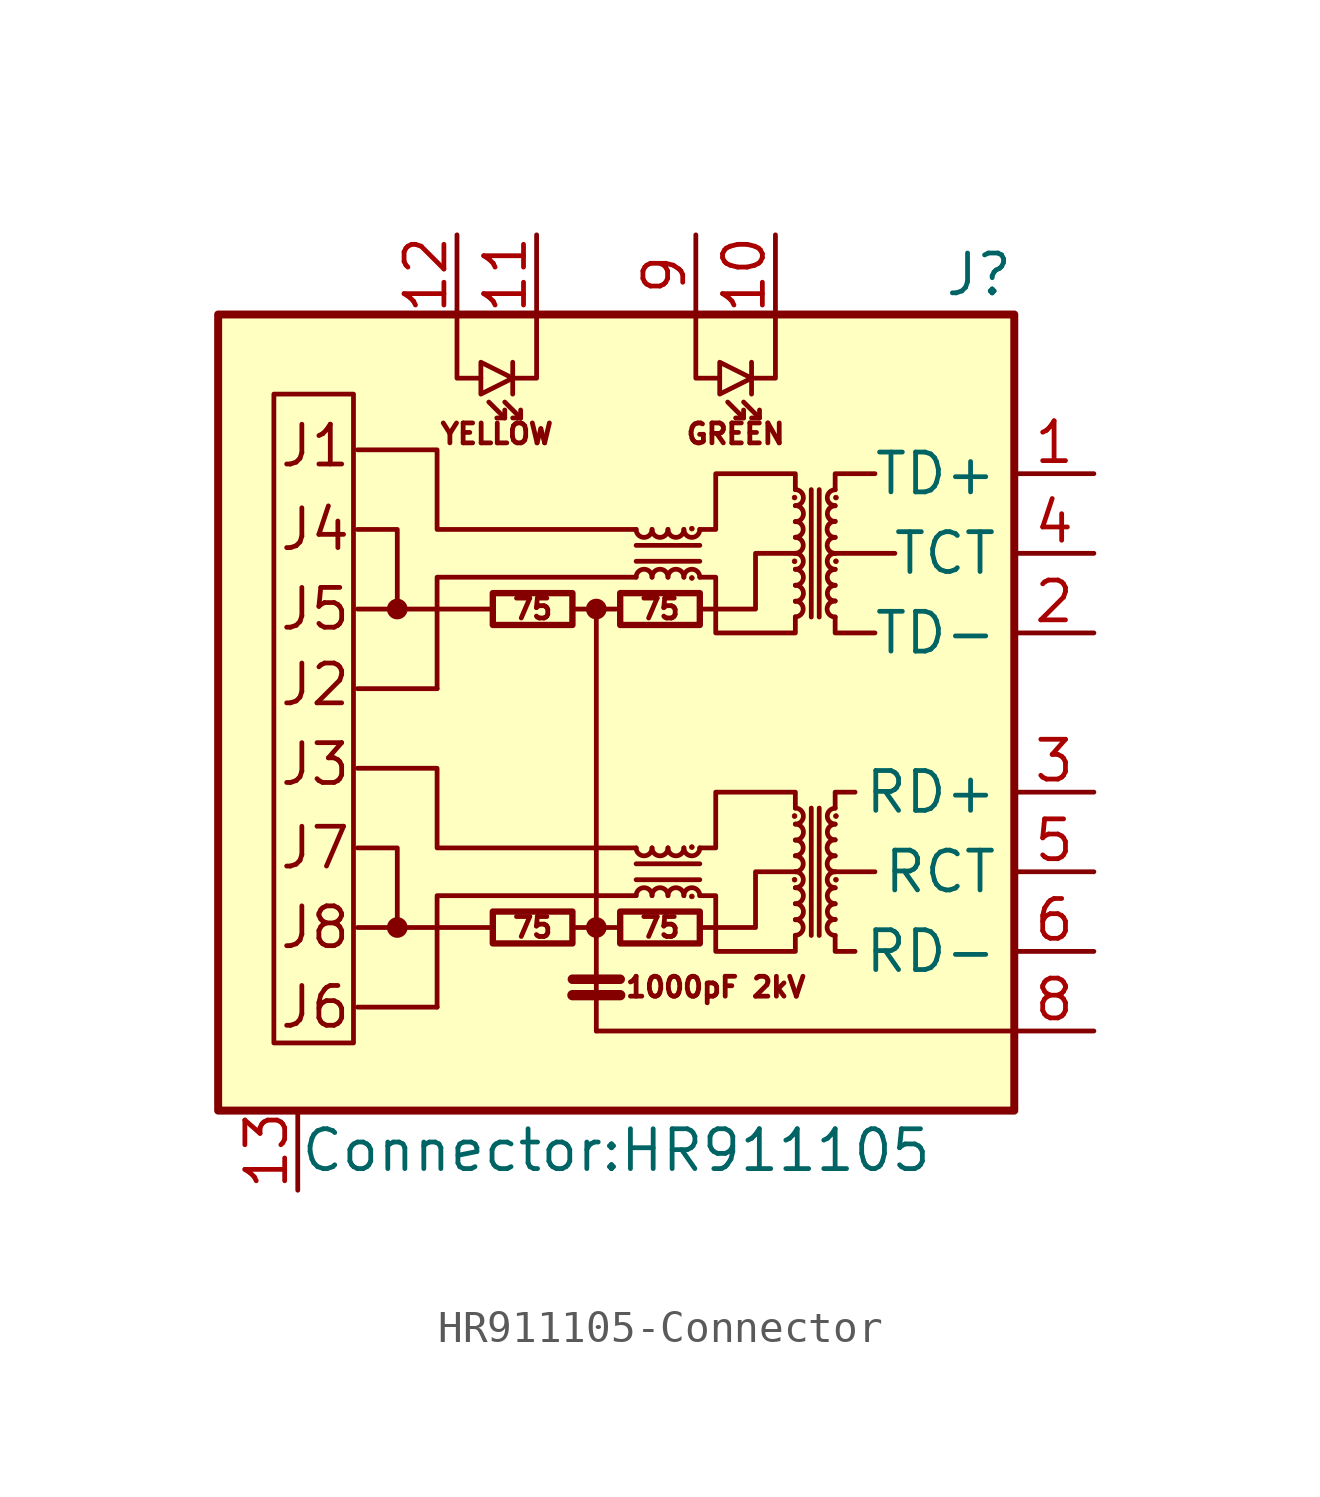
<source format=kicad_sym>
(kicad_symbol_lib
  (version 20231120)
  (generator "kicad_symbol_editor")
  (generator_version "8.0")
  (symbol "HR911105-Connector"
    (property "Reference" "J"
      (at 12.7 13.97 0)
      (effects (font (size 1.27 1.27)) (justify right)))
    (property "Value" "Connector:HR911105"
      (at 0 -13.97 0)
      (effects (font (size 1.27 1.27))))
    (symbol "HR911105-Connector_0_0"
      (rectangle (start -12.7 12.7) (end 12.7 -12.7) (stroke (width 0.254) (type solid)) (fill (type background)))
      (polyline (pts (xy -3.937 -6.858) (xy -8.255 -6.858)) (stroke (width 0) (type solid)) (fill (type none)))
      (polyline (pts (xy -3.937 3.302) (xy -8.255 3.302)) (stroke (width 0) (type solid)) (fill (type none)))
      (polyline (pts (xy -0.635 -10.16) (xy 12.7 -10.16)) (stroke (width 0) (type solid)) (fill (type none)))
      (polyline (pts (xy 8.255 -5.08) (xy 6.985 -5.08)) (stroke (width 0) (type solid)) (fill (type none)))
      (polyline (pts (xy 8.89 5.08) (xy 6.985 5.08)) (stroke (width 0) (type solid)) (fill (type none)))
      (polyline (pts (xy 0.635 -4.318) (xy -5.715 -4.318) (xy -5.715 -1.778) (xy -8.255 -1.778)) (stroke (width 0) (type solid)) (fill (type none)))
      (polyline (pts (xy 0.635 5.842) (xy -5.715 5.842) (xy -5.715 8.382) (xy -8.255 8.382)) (stroke (width 0) (type solid)) (fill (type none)))
      (polyline (pts (xy 2.667 -6.858) (xy 4.445 -6.858) (xy 4.445 -5.08) (xy 5.715 -5.08)) (stroke (width 0) (type solid)) (fill (type none)))
      (polyline (pts (xy 2.667 3.302) (xy 4.445 3.302) (xy 4.445 5.08) (xy 5.715 5.08)) (stroke (width 0) (type solid)) (fill (type none)))
      (text "1000pF 2kV" (at 3.175 -8.763 0) (effects (font (size 0.635 0.635))))
      (text "75" (at -2.667 -6.858 0) (effects (font (size 0.635 0.635))))
      (text "75" (at -2.667 3.302 0) (effects (font (size 0.635 0.635))))
      (text "75" (at 1.397 -6.858 0) (effects (font (size 0.635 0.635))))
      (text "75" (at 1.397 3.302 0) (effects (font (size 0.635 0.635))))
      (text "GREEN" (at 3.81 8.89 0) (effects (font (size 0.635 0.635))))
      (text "J1" (at -10.795 8.509 0) (effects (font (size 1.27 1.27)) (justify left)))
      (text "J2" (at -10.795 0.889 0) (effects (font (size 1.27 1.27)) (justify left)))
      (text "J3" (at -10.795 -1.651 0) (effects (font (size 1.27 1.27)) (justify left)))
      (text "J4" (at -10.795 5.842 0) (effects (font (size 1.27 1.27)) (justify left)))
      (text "J5" (at -10.795 3.302 0) (effects (font (size 1.27 1.27)) (justify left)))
      (text "J6" (at -10.795 -9.398 0) (effects (font (size 1.27 1.27)) (justify left)))
      (text "J7" (at -10.795 -4.318 0) (effects (font (size 1.27 1.27)) (justify left)))
      (text "J8" (at -10.795 -6.858 0) (effects (font (size 1.27 1.27)) (justify left)))
      (text "YELLOW" (at -3.81 8.89 0) (effects (font (size 0.635 0.635)))))
    (symbol "HR911105-Connector_0_1"
      (rectangle (start -8.382 -10.541) (end -10.922 10.16) (stroke (width 0) (type solid)) (fill (type none)))
      (circle (center -6.985 -6.858) (radius 0.254) (stroke (width 0) (type solid)) (fill (type outline)))
      (circle (center -6.985 3.302) (radius 0.254) (stroke (width 0) (type solid)) (fill (type outline)))
      (rectangle (start -3.937 -7.366) (end -1.397 -6.35) (stroke (width 0.203) (type solid)) (fill (type none)))
      (rectangle (start -3.937 2.794) (end -1.397 3.81) (stroke (width 0.203) (type solid)) (fill (type none)))
      (circle (center -0.635 -6.858) (radius 0.254) (stroke (width 0) (type solid)) (fill (type outline)))
      (circle (center -0.635 3.302) (radius 0.254) (stroke (width 0) (type solid)) (fill (type outline)))
      (polyline (pts (xy -5.715 -9.398) (xy -8.255 -9.398)) (stroke (width 0) (type solid)) (fill (type none)))
      (polyline (pts (xy -5.715 0.762) (xy -8.255 0.762)) (stroke (width 0) (type solid)) (fill (type none)))
      (polyline (pts (xy -3.556 9.398) (xy -4.064 9.906)) (stroke (width 0) (type solid)) (fill (type none)))
      (polyline (pts (xy -3.302 11.176) (xy -3.302 10.16)) (stroke (width 0) (type solid)) (fill (type none)))
      (polyline (pts (xy -3.048 9.398) (xy -3.556 9.906)) (stroke (width 0) (type solid)) (fill (type none)))
      (polyline (pts (xy -1.397 -9.017) (xy 0.127 -9.017)) (stroke (width 0.33) (type solid)) (fill (type none)))
      (polyline (pts (xy -1.397 -8.509) (xy 0.127 -8.509)) (stroke (width 0.305) (type solid)) (fill (type none)))
      (polyline (pts (xy -0.635 3.302) (xy -1.397 3.302)) (stroke (width 0) (type solid)) (fill (type none)))
      (polyline (pts (xy 0.127 -6.858) (xy -1.397 -6.858)) (stroke (width 0) (type solid)) (fill (type none)))
      (polyline (pts (xy 0.635 -5.334) (xy 2.667 -5.334)) (stroke (width 0) (type solid)) (fill (type none)))
      (polyline (pts (xy 0.635 4.826) (xy 2.667 4.826)) (stroke (width 0) (type solid)) (fill (type none)))
      (polyline (pts (xy 2.667 -4.826) (xy 0.635 -4.826)) (stroke (width 0) (type solid)) (fill (type none)))
      (polyline (pts (xy 2.667 5.334) (xy 0.635 5.334)) (stroke (width 0) (type solid)) (fill (type none)))
      (polyline (pts (xy 4.064 9.398) (xy 3.556 9.906)) (stroke (width 0) (type solid)) (fill (type none)))
      (polyline (pts (xy 4.318 11.176) (xy 4.318 10.16)) (stroke (width 0) (type solid)) (fill (type none)))
      (polyline (pts (xy 4.572 9.398) (xy 4.064 9.906)) (stroke (width 0) (type solid)) (fill (type none)))
      (polyline (pts (xy 6.223 -3.048) (xy 6.223 -7.112)) (stroke (width 0) (type solid)) (fill (type none)))
      (polyline (pts (xy 6.223 7.112) (xy 6.223 3.048)) (stroke (width 0) (type solid)) (fill (type none)))
      (polyline (pts (xy 6.477 -7.112) (xy 6.477 -3.048)) (stroke (width 0) (type solid)) (fill (type none)))
      (polyline (pts (xy 6.477 3.048) (xy 6.477 7.112)) (stroke (width 0) (type solid)) (fill (type none)))
      (polyline (pts (xy -6.985 -6.858) (xy -6.985 -4.318) (xy -8.255 -4.318)) (stroke (width 0) (type solid)) (fill (type none)))
      (polyline (pts (xy -6.985 3.302) (xy -6.985 5.842) (xy -8.255 5.842)) (stroke (width 0) (type solid)) (fill (type none)))
      (polyline (pts (xy -5.08 12.7) (xy -5.08 10.668) (xy -4.318 10.668)) (stroke (width 0) (type solid)) (fill (type none)))
      (polyline (pts (xy -3.556 9.652) (xy -3.556 9.398) (xy -3.81 9.398)) (stroke (width 0) (type solid)) (fill (type none)))
      (polyline (pts (xy -3.048 9.652) (xy -3.048 9.398) (xy -3.302 9.398)) (stroke (width 0) (type solid)) (fill (type none)))
      (polyline (pts (xy -2.54 12.7) (xy -2.54 10.668) (xy -3.302 10.668)) (stroke (width 0) (type solid)) (fill (type none)))
      (polyline (pts (xy -0.635 -10.16) (xy -0.635 3.302) (xy 0 3.302)) (stroke (width 0) (type solid)) (fill (type none)))
      (polyline (pts (xy 0.635 -5.842) (xy -5.715 -5.842) (xy -5.715 -9.398)) (stroke (width 0) (type solid)) (fill (type none)))
      (polyline (pts (xy 0.635 4.318) (xy -5.715 4.318) (xy -5.715 0.762)) (stroke (width 0) (type solid)) (fill (type none)))
      (polyline (pts (xy 2.54 12.7) (xy 2.54 10.668) (xy 3.302 10.668)) (stroke (width 0) (type solid)) (fill (type none)))
      (polyline (pts (xy 4.064 9.652) (xy 4.064 9.398) (xy 3.81 9.398)) (stroke (width 0) (type solid)) (fill (type none)))
      (polyline (pts (xy 4.572 9.652) (xy 4.572 9.398) (xy 4.318 9.398)) (stroke (width 0) (type solid)) (fill (type none)))
      (polyline (pts (xy 5.08 12.7) (xy 5.08 10.668) (xy 4.318 10.668)) (stroke (width 0) (type solid)) (fill (type none)))
      (polyline (pts (xy 6.985 -7.112) (xy 6.985 -7.62) (xy 7.62 -7.62)) (stroke (width 0) (type solid)) (fill (type none)))
      (polyline (pts (xy 6.985 -3.048) (xy 6.985 -2.54) (xy 7.62 -2.54)) (stroke (width 0) (type solid)) (fill (type none)))
      (polyline (pts (xy 6.985 3.048) (xy 6.985 2.54) (xy 8.255 2.54)) (stroke (width 0) (type solid)) (fill (type none)))
      (polyline (pts (xy 6.985 7.112) (xy 6.985 7.62) (xy 8.255 7.62)) (stroke (width 0) (type solid)) (fill (type none)))
      (polyline (pts (xy -3.302 10.668) (xy -4.318 11.176) (xy -4.318 10.16) (xy -3.302 10.668)) (stroke (width 0) (type solid)) (fill (type none)))
      (polyline (pts (xy 4.318 10.668) (xy 3.302 11.176) (xy 3.302 10.16) (xy 4.318 10.668)) (stroke (width 0) (type solid)) (fill (type none)))
      (polyline (pts (xy 2.667 -4.318) (xy 3.175 -4.318) (xy 3.175 -2.54) (xy 5.715 -2.54) (xy 5.715 -3.048)) (stroke (width 0) (type solid)) (fill (type none)))
      (polyline (pts (xy 2.667 5.842) (xy 3.175 5.842) (xy 3.175 7.62) (xy 5.715 7.62) (xy 5.715 7.112)) (stroke (width 0) (type solid)) (fill (type none)))
      (polyline (pts (xy 5.715 -7.112) (xy 5.715 -7.62) (xy 3.175 -7.62) (xy 3.175 -5.842) (xy 2.667 -5.842)) (stroke (width 0) (type solid)) (fill (type none)))
      (polyline (pts (xy 5.715 3.048) (xy 5.715 2.54) (xy 3.175 2.54) (xy 3.175 4.318) (xy 2.667 4.318)) (stroke (width 0) (type solid)) (fill (type none)))
      (rectangle (start 0.127 -7.366) (end 2.667 -6.35) (stroke (width 0.203) (type solid)) (fill (type none)))
      (rectangle (start 0.127 2.794) (end 2.667 3.81) (stroke (width 0.203) (type solid)) (fill (type none)))
      (arc (start 0.635 -4.318) (mid 0.889 -4.572) (end 1.143 -4.318) (stroke (width 0) (type solid)) (fill (type none)))
      (arc (start 0.635 5.842) (mid 0.889 5.588) (end 1.143 5.842) (stroke (width 0) (type solid)) (fill (type none)))
      (arc (start 1.143 -5.842) (mid 0.889 -5.588) (end 0.635 -5.842) (stroke (width 0) (type solid)) (fill (type none)))
      (arc (start 1.143 -4.318) (mid 1.397 -4.572) (end 1.651 -4.318) (stroke (width 0) (type solid)) (fill (type none)))
      (arc (start 1.143 4.318) (mid 0.889 4.572) (end 0.635 4.318) (stroke (width 0) (type solid)) (fill (type none)))
      (arc (start 1.143 5.842) (mid 1.397 5.588) (end 1.651 5.842) (stroke (width 0) (type solid)) (fill (type none)))
      (arc (start 1.651 -5.842) (mid 1.397 -5.588) (end 1.143 -5.842) (stroke (width 0) (type solid)) (fill (type none)))
      (arc (start 1.651 -4.318) (mid 1.905 -4.572) (end 2.159 -4.318) (stroke (width 0) (type solid)) (fill (type none)))
      (arc (start 1.651 4.318) (mid 1.397 4.572) (end 1.143 4.318) (stroke (width 0) (type solid)) (fill (type none)))
      (arc (start 1.651 5.842) (mid 1.905 5.588) (end 2.159 5.842) (stroke (width 0) (type solid)) (fill (type none)))
      (arc (start 2.159 -5.842) (mid 1.905 -5.588) (end 1.651 -5.842) (stroke (width 0) (type solid)) (fill (type none)))
      (arc (start 2.159 -4.318) (mid 2.413 -4.572) (end 2.667 -4.318) (stroke (width 0) (type solid)) (fill (type none)))
      (arc (start 2.159 4.318) (mid 1.905 4.572) (end 1.651 4.318) (stroke (width 0) (type solid)) (fill (type none)))
      (arc (start 2.159 5.842) (mid 2.413 5.588) (end 2.667 5.842) (stroke (width 0) (type solid)) (fill (type none)))
      (circle (center 2.413 -5.867) (radius 0.076) (stroke (width 0.025) (type solid)) (fill (type outline)))
      (circle (center 2.413 -4.293) (radius 0.076) (stroke (width 0.025) (type solid)) (fill (type outline)))
      (circle (center 2.413 4.293) (radius 0.076) (stroke (width 0.025) (type solid)) (fill (type outline)))
      (circle (center 2.413 5.867) (radius 0.076) (stroke (width 0.025) (type solid)) (fill (type outline)))
      (arc (start 2.667 -5.842) (mid 2.413 -5.588) (end 2.159 -5.842) (stroke (width 0) (type solid)) (fill (type none)))
      (arc (start 2.667 4.318) (mid 2.413 4.572) (end 2.159 4.318) (stroke (width 0) (type solid)) (fill (type none)))
      (circle (center 5.69 -5.334) (radius 0.076) (stroke (width 0.025) (type solid)) (fill (type outline)))
      (circle (center 5.69 -3.302) (radius 0.076) (stroke (width 0.025) (type solid)) (fill (type outline)))
      (circle (center 5.69 4.826) (radius 0.076) (stroke (width 0.025) (type solid)) (fill (type outline)))
      (circle (center 5.69 6.858) (radius 0.076) (stroke (width 0.025) (type solid)) (fill (type outline)))
      (arc (start 5.715 -7.112) (mid 5.969 -6.858) (end 5.715 -6.604) (stroke (width 0) (type solid)) (fill (type none)))
      (arc (start 5.715 -6.604) (mid 5.969 -6.35) (end 5.715 -6.096) (stroke (width 0) (type solid)) (fill (type none)))
      (arc (start 5.715 -6.096) (mid 5.969 -5.842) (end 5.715 -5.588) (stroke (width 0) (type solid)) (fill (type none)))
      (arc (start 5.715 -5.588) (mid 5.969 -5.334) (end 5.715 -5.08) (stroke (width 0) (type solid)) (fill (type none)))
      (arc (start 5.715 -5.08) (mid 5.969 -4.826) (end 5.715 -4.572) (stroke (width 0) (type solid)) (fill (type none)))
      (arc (start 5.715 -4.572) (mid 5.969 -4.318) (end 5.715 -4.064) (stroke (width 0) (type solid)) (fill (type none)))
      (arc (start 5.715 -4.064) (mid 5.969 -3.81) (end 5.715 -3.556) (stroke (width 0) (type solid)) (fill (type none)))
      (arc (start 5.715 -3.556) (mid 5.969 -3.302) (end 5.715 -3.048) (stroke (width 0) (type solid)) (fill (type none)))
      (arc (start 5.715 3.048) (mid 5.969 3.302) (end 5.715 3.556) (stroke (width 0) (type solid)) (fill (type none)))
      (arc (start 5.715 3.556) (mid 5.969 3.81) (end 5.715 4.064) (stroke (width 0) (type solid)) (fill (type none)))
      (arc (start 5.715 4.064) (mid 5.969 4.318) (end 5.715 4.572) (stroke (width 0) (type solid)) (fill (type none)))
      (arc (start 5.715 4.572) (mid 5.969 4.826) (end 5.715 5.08) (stroke (width 0) (type solid)) (fill (type none)))
      (arc (start 5.715 5.08) (mid 5.969 5.334) (end 5.715 5.588) (stroke (width 0) (type solid)) (fill (type none)))
      (arc (start 5.715 5.588) (mid 5.969 5.842) (end 5.715 6.096) (stroke (width 0) (type solid)) (fill (type none)))
      (arc (start 5.715 6.096) (mid 5.969 6.35) (end 5.715 6.604) (stroke (width 0) (type solid)) (fill (type none)))
      (arc (start 5.715 6.604) (mid 5.969 6.858) (end 5.715 7.112) (stroke (width 0) (type solid)) (fill (type none)))
      (arc (start 6.985 -6.604) (mid 6.731 -6.858) (end 6.985 -7.112) (stroke (width 0) (type solid)) (fill (type none)))
      (arc (start 6.985 -6.096) (mid 6.731 -6.35) (end 6.985 -6.604) (stroke (width 0) (type solid)) (fill (type none)))
      (arc (start 6.985 -5.588) (mid 6.731 -5.842) (end 6.985 -6.096) (stroke (width 0) (type solid)) (fill (type none)))
      (arc (start 6.985 -5.08) (mid 6.731 -5.334) (end 6.985 -5.588) (stroke (width 0) (type solid)) (fill (type none)))
      (arc (start 6.985 -4.572) (mid 6.731 -4.826) (end 6.985 -5.08) (stroke (width 0) (type solid)) (fill (type none)))
      (arc (start 6.985 -4.064) (mid 6.731 -4.318) (end 6.985 -4.572) (stroke (width 0) (type solid)) (fill (type none)))
      (arc (start 6.985 -3.556) (mid 6.731 -3.81) (end 6.985 -4.064) (stroke (width 0) (type solid)) (fill (type none)))
      (arc (start 6.985 -3.048) (mid 6.731 -3.302) (end 6.985 -3.556) (stroke (width 0) (type solid)) (fill (type none)))
      (arc (start 6.985 3.556) (mid 6.731 3.302) (end 6.985 3.048) (stroke (width 0) (type solid)) (fill (type none)))
      (arc (start 6.985 4.064) (mid 6.731 3.81) (end 6.985 3.556) (stroke (width 0) (type solid)) (fill (type none)))
      (arc (start 6.985 4.572) (mid 6.731 4.318) (end 6.985 4.064) (stroke (width 0) (type solid)) (fill (type none)))
      (arc (start 6.985 5.08) (mid 6.731 4.826) (end 6.985 4.572) (stroke (width 0) (type solid)) (fill (type none)))
      (arc (start 6.985 5.588) (mid 6.731 5.334) (end 6.985 5.08) (stroke (width 0) (type solid)) (fill (type none)))
      (arc (start 6.985 6.096) (mid 6.731 5.842) (end 6.985 5.588) (stroke (width 0) (type solid)) (fill (type none)))
      (arc (start 6.985 6.604) (mid 6.731 6.35) (end 6.985 6.096) (stroke (width 0) (type solid)) (fill (type none)))
      (arc (start 6.985 7.112) (mid 6.731 6.858) (end 6.985 6.604) (stroke (width 0) (type solid)) (fill (type none)))
      (circle (center 7.01 -5.334) (radius 0.076) (stroke (width 0.025) (type solid)) (fill (type outline)))
      (circle (center 7.01 -3.302) (radius 0.076) (stroke (width 0.025) (type solid)) (fill (type outline)))
      (circle (center 7.01 4.826) (radius 0.076) (stroke (width 0.025) (type solid)) (fill (type outline)))
      (circle (center 7.01 6.858) (radius 0.076) (stroke (width 0.025) (type solid)) (fill (type outline))))
    (symbol "HR911105-Connector_1_1"
      (pin passive line (at 15.24 7.62 180) (length 2.54) (name "TD+" (effects (font (size 1.27 1.27)))) (number "1" (effects (font (size 1.27 1.27)))))
      (pin passive line (at 5.08 15.24 270) (length 2.54) (name "~" (effects (font (size 1.27 1.27)))) (number "10" (effects (font (size 1.27 1.27)))))
      (pin passive line (at -2.54 15.24 270) (length 2.54) (name "~" (effects (font (size 1.27 1.27)))) (number "11" (effects (font (size 1.27 1.27)))))
      (pin passive line (at -5.08 15.24 270) (length 2.54) (name "~" (effects (font (size 1.27 1.27)))) (number "12" (effects (font (size 1.27 1.27)))))
      (pin passive line (at -10.16 -15.24 90) (length 2.54) (name "~" (effects (font (size 1.27 1.27)))) (number "13" (effects (font (size 1.27 1.27)))))
      (pin passive line (at 15.24 2.54 180) (length 2.54) (name "TD-" (effects (font (size 1.27 1.27)))) (number "2" (effects (font (size 1.27 1.27)))))
      (pin passive line (at 15.24 -2.54 180) (length 2.54) (name "RD+" (effects (font (size 1.27 1.27)))) (number "3" (effects (font (size 1.27 1.27)))))
      (pin passive line (at 15.24 5.08 180) (length 2.54) (name "TCT" (effects (font (size 1.27 1.27)))) (number "4" (effects (font (size 1.27 1.27)))))
      (pin passive line (at 15.24 -5.08 180) (length 2.54) (name "RCT" (effects (font (size 1.27 1.27)))) (number "5" (effects (font (size 1.27 1.27)))))
      (pin passive line (at 15.24 -7.62 180) (length 2.54) (name "RD-" (effects (font (size 1.27 1.27)))) (number "6" (effects (font (size 1.27 1.27)))))
      (pin passive line (at 15.24 -10.16 180) (length 2.54) (name "~" (effects (font (size 1.27 1.27)))) (number "8" (effects (font (size 1.27 1.27)))))
      (pin passive line (at 2.54 15.24 270) (length 2.54) (name "~" (effects (font (size 1.27 1.27)))) (number "9" (effects (font (size 1.27 1.27))))))))
</source>
